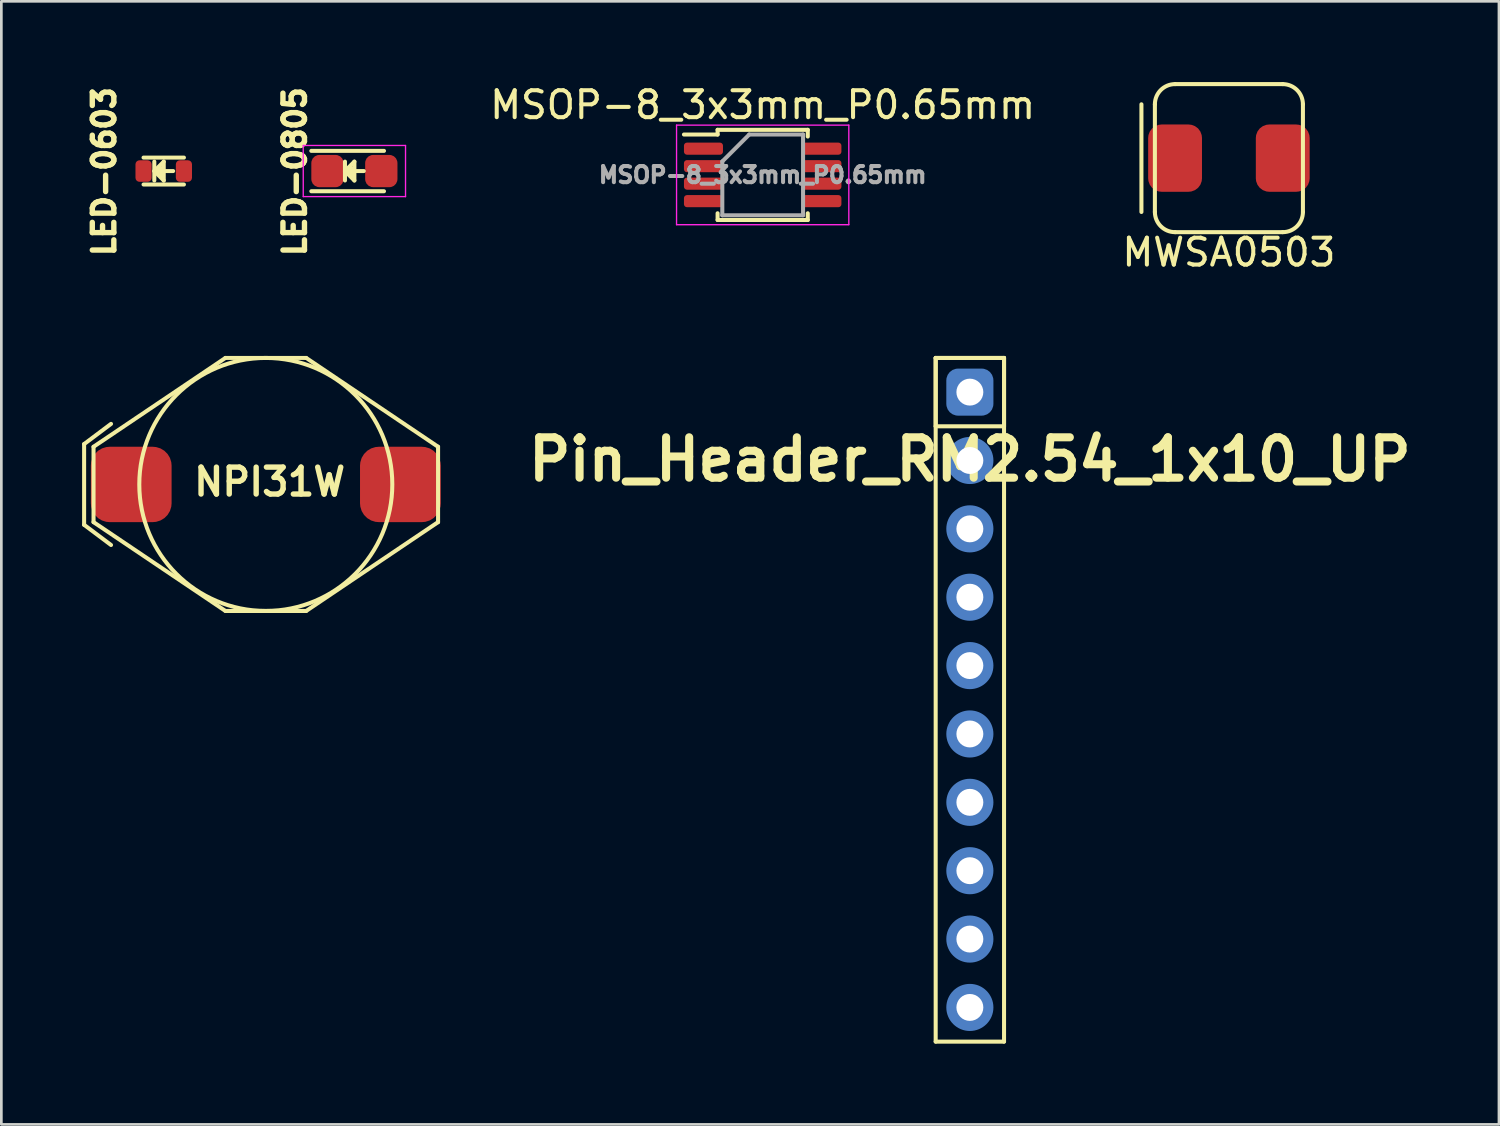
<source format=kicad_pcb>
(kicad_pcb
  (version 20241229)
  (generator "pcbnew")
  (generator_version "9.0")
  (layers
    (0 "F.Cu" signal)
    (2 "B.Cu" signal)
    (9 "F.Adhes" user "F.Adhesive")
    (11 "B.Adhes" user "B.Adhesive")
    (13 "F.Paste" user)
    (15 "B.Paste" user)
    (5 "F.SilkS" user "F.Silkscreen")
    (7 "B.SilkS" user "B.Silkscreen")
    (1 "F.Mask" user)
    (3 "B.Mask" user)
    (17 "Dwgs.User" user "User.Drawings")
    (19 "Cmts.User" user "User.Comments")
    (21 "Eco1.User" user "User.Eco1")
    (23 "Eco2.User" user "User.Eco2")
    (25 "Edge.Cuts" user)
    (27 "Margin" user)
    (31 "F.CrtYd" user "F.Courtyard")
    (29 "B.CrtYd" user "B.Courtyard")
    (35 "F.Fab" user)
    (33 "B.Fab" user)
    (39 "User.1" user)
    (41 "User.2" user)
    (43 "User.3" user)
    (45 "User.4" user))
  (footprint "Pin_Header_RM2.54_1x10_UP"
    (layer "F.Cu")
    (at 32.982 11.518)
    (property "Reference" "Pin_Header_RM2.54_1x10_UP" (at 0 2.5 0) (layer "F.SilkS") (effects (font (size 1.5 1.5) (thickness 0.3))))
    (attr through_hole)
    (fp_line (start -1.27 -1.27) (end 1.27 -1.27) (stroke (width 0.15) (type solid)) (layer "F.SilkS"))
    (fp_line (start -1.27 -1.27) (end 1.27 -1.27) (stroke (width 0.15) (type solid)) (layer "F.SilkS"))
    (fp_line (start -1.27 1.27) (end -1.27 -1.27) (stroke (width 0.15) (type solid)) (layer "F.SilkS"))
    (fp_line (start -1.27 24.13) (end -1.27 -1.27) (stroke (width 0.15) (type solid)) (layer "F.SilkS"))
    (fp_line (start 1.27 -1.27) (end 1.27 1.27) (stroke (width 0.15) (type solid)) (layer "F.SilkS"))
    (fp_line (start 1.27 -1.27) (end 1.27 24.13) (stroke (width 0.15) (type solid)) (layer "F.SilkS"))
    (fp_line (start 1.27 1.27) (end -1.27 1.27) (stroke (width 0.15) (type solid)) (layer "F.SilkS"))
    (fp_line (start 1.27 24.13) (end -1.27 24.13) (stroke (width 0.15) (type solid)) (layer "F.SilkS"))
    (pad "1" thru_hole circle (at 0 0) (size 1.3 1.3) (drill 1) (layers "*.Cu" "*.Mask"))
    (pad "1" smd roundrect (at 0 0) (size 1.75 1.75) (layers "B.Cu" "B.Mask") (roundrect_rratio 0.25))
    (pad "2" thru_hole circle (at 0 2.54) (size 1.3 1.3) (drill 1) (layers "*.Cu" "*.Mask"))
    (pad "2" smd circle (at 0 2.54) (size 1.75 1.75) (layers "B.Cu" "B.Mask"))
    (pad "3" thru_hole circle (at 0 5.08) (size 1.3 1.3) (drill 1) (layers "*.Cu" "*.Mask"))
    (pad "3" smd circle (at 0 5.08) (size 1.75 1.75) (layers "B.Cu" "B.Mask"))
    (pad "4" thru_hole circle (at 0 7.62) (size 1.3 1.3) (drill 1) (layers "*.Cu" "*.Mask"))
    (pad "4" smd circle (at 0 7.62) (size 1.75 1.75) (layers "B.Cu" "B.Mask"))
    (pad "5" thru_hole circle (at 0 10.16) (size 1.3 1.3) (drill 1) (layers "*.Cu" "*.Mask"))
    (pad "5" smd circle (at 0 10.16) (size 1.75 1.75) (layers "B.Cu" "B.Mask"))
    (pad "6" thru_hole circle (at 0 12.7) (size 1.3 1.3) (drill 1) (layers "*.Cu" "*.Mask"))
    (pad "6" smd circle (at 0 12.7) (size 1.75 1.75) (layers "B.Cu" "B.Mask"))
    (pad "7" thru_hole circle (at 0 15.24) (size 1.3 1.3) (drill 1) (layers "*.Cu" "*.Mask"))
    (pad "7" smd circle (at 0 15.24) (size 1.75 1.75) (layers "B.Cu" "B.Mask"))
    (pad "8" thru_hole circle (at 0 17.78) (size 1.3 1.3) (drill 1) (layers "*.Cu" "*.Mask"))
    (pad "8" smd circle (at 0 17.78) (size 1.75 1.75) (layers "B.Cu" "B.Mask"))
    (pad "9" thru_hole circle (at 0 20.32) (size 1.3 1.3) (drill 1) (layers "*.Cu" "*.Mask"))
    (pad "9" smd circle (at 0 20.32) (size 1.75 1.75) (layers "B.Cu" "B.Mask"))
    (pad "10" thru_hole circle (at 0 22.86) (size 1.3 1.3) (drill 1) (layers "*.Cu" "*.Mask"))
    (pad "10" smd circle (at 0 22.86) (size 1.75 1.75) (layers "B.Cu" "B.Mask")))
  (footprint "LED-0603"
    (layer "F.Cu")
    (at 3.033 3.305)
    (property "Reference" "LED-0603" (at -2.214 0.02 90) (layer "F.SilkS") (effects (font (size 0.8 0.8) (thickness 0.2))))
    (attr smd)
    (fp_line (start -0.75 -0.5) (end 0.75 -0.5) (stroke (width 0.15) (type solid)) (layer "F.SilkS"))
    (fp_line (start -0.75 0.5) (end 0.75 0.5) (stroke (width 0.15) (type solid)) (layer "F.SilkS"))
    (fp_line (start -0.35 -0.35) (end -0.35 0.35) (stroke (width 0.15) (type solid)) (layer "F.SilkS"))
    (fp_line (start -0.35 0) (end 0 -0.35) (stroke (width 0.15) (type solid)) (layer "F.SilkS"))
    (fp_line (start -0.1 -0.1) (end -0.25 0.05) (stroke (width 0.15) (type solid)) (layer "F.SilkS"))
    (fp_line (start -0.1 0.15) (end -0.1 -0.1) (stroke (width 0.15) (type solid)) (layer "F.SilkS"))
    (fp_line (start 0 -0.35) (end 0 0.35) (stroke (width 0.15) (type solid)) (layer "F.SilkS"))
    (fp_line (start 0 0) (end 0.35 0) (stroke (width 0.15) (type solid)) (layer "F.SilkS"))
    (fp_line (start 0 0.35) (end -0.35 0) (stroke (width 0.15) (type solid)) (layer "F.SilkS"))
    (pad "1" smd roundrect (at -0.75 0 180) (size 0.6 0.8) (layers "F.Cu" "F.Mask" "F.Paste") (roundrect_rratio 0.25))
    (pad "2" smd roundrect (at 0.75 0 180) (size 0.6 0.8) (layers "F.Cu" "F.Mask" "F.Paste") (roundrect_rratio 0.25)))
  (footprint "MSOP-8_3x3mm_P0.65mm"
    (layer "F.Cu")
    (at 25.285 3.448)
    (property "Reference" "MSOP-8_3x3mm_P0.65mm" (at 0 -2.6 0) (layer "F.SilkS") (effects (font (size 1 1) (thickness 0.15))))
    (attr smd)
    (fp_line (start -1.675 -1.675) (end -1.675 -1.5) (stroke (width 0.15) (type solid)) (layer "F.SilkS"))
    (fp_line (start -1.675 -1.675) (end 1.675 -1.675) (stroke (width 0.15) (type solid)) (layer "F.SilkS"))
    (fp_line (start -1.675 -1.5) (end -2.925 -1.5) (stroke (width 0.15) (type solid)) (layer "F.SilkS"))
    (fp_line (start -1.675 1.675) (end -1.675 1.425) (stroke (width 0.15) (type solid)) (layer "F.SilkS"))
    (fp_line (start -1.675 1.675) (end 1.675 1.675) (stroke (width 0.15) (type solid)) (layer "F.SilkS"))
    (fp_line (start 1.675 -1.675) (end 1.675 -1.425) (stroke (width 0.15) (type solid)) (layer "F.SilkS"))
    (fp_line (start 1.675 1.675) (end 1.675 1.425) (stroke (width 0.15) (type solid)) (layer "F.SilkS"))
    (fp_line (start -3.2 -1.85) (end -3.2 1.85) (stroke (width 0.05) (type solid)) (layer "F.CrtYd"))
    (fp_line (start -3.2 -1.85) (end 3.2 -1.85) (stroke (width 0.05) (type solid)) (layer "F.CrtYd"))
    (fp_line (start -3.2 1.85) (end 3.2 1.85) (stroke (width 0.05) (type solid)) (layer "F.CrtYd"))
    (fp_line (start 3.2 -1.85) (end 3.2 1.85) (stroke (width 0.05) (type solid)) (layer "F.CrtYd"))
    (fp_line (start -1.5 -0.5) (end -0.5 -1.5) (stroke (width 0.15) (type solid)) (layer "F.Fab"))
    (fp_line (start -1.5 1.5) (end -1.5 -0.5) (stroke (width 0.15) (type solid)) (layer "F.Fab"))
    (fp_line (start -0.5 -1.5) (end 1.5 -1.5) (stroke (width 0.15) (type solid)) (layer "F.Fab"))
    (fp_line (start 1.5 -1.5) (end 1.5 1.5) (stroke (width 0.15) (type solid)) (layer "F.Fab"))
    (fp_line (start 1.5 1.5) (end -1.5 1.5) (stroke (width 0.15) (type solid)) (layer "F.Fab"))
    (fp_text user "${REFERENCE}" (at 0 0 0) (layer "F.Fab") (effects (font (size 0.6 0.6) (thickness 0.15))))
    (pad "1" smd roundrect (at -2.2 -0.975) (size 1.45 0.45) (layers "F.Cu" "F.Mask" "F.Paste") (roundrect_rratio 0.25))
    (pad "2" smd roundrect (at -2.2 -0.325) (size 1.45 0.45) (layers "F.Cu" "F.Mask" "F.Paste") (roundrect_rratio 0.25))
    (pad "3" smd roundrect (at -2.2 0.325) (size 1.45 0.45) (layers "F.Cu" "F.Mask" "F.Paste") (roundrect_rratio 0.25))
    (pad "4" smd roundrect (at -2.2 0.975) (size 1.45 0.45) (layers "F.Cu" "F.Mask" "F.Paste") (roundrect_rratio 0.25))
    (pad "5" smd roundrect (at 2.2 0.975) (size 1.45 0.45) (layers "F.Cu" "F.Mask" "F.Paste") (roundrect_rratio 0.25))
    (pad "6" smd roundrect (at 2.2 0.325) (size 1.45 0.45) (layers "F.Cu" "F.Mask" "F.Paste") (roundrect_rratio 0.25))
    (pad "7" smd roundrect (at 2.2 -0.325) (size 1.45 0.45) (layers "F.Cu" "F.Mask" "F.Paste") (roundrect_rratio 0.25))
    (pad "8" smd roundrect (at 2.2 -0.975) (size 1.45 0.45) (layers "F.Cu" "F.Mask" "F.Paste") (roundrect_rratio 0.25)))
  (footprint "MWSA0503"
    (layer "F.Cu")
    (at 42.606 2.825)
    (property "Reference" "MWSA0503" (at 0 3.5 0) (layer "F.SilkS") (effects (font (size 1 1) (thickness 0.15))))
    (attr through_hole)
    (fp_line (start -3.25 -2) (end -3.25 2) (stroke (width 0.15) (type solid)) (layer "F.SilkS"))
    (fp_line (start -2.75 2) (end -2.75 -2) (stroke (width 0.15) (type solid)) (layer "F.SilkS"))
    (fp_line (start -2 -2.75) (end 2 -2.75) (stroke (width 0.15) (type solid)) (layer "F.SilkS"))
    (fp_line (start 2 2.75) (end -2 2.75) (stroke (width 0.15) (type solid)) (layer "F.SilkS"))
    (fp_line (start 2.75 -2) (end 2.75 2) (stroke (width 0.15) (type solid)) (layer "F.SilkS"))
    (fp_arc (start -2.75 -2) (mid -2.53033 -2.53033) (end -2 -2.75) (stroke (width 0.15) (type solid)) (layer "F.SilkS"))
    (fp_arc (start -2 2.75) (mid -2.53033 2.53033) (end -2.75 2) (stroke (width 0.15) (type solid)) (layer "F.SilkS"))
    (fp_arc (start 2 -2.75) (mid 2.53033 -2.53033) (end 2.75 -2) (stroke (width 0.15) (type solid)) (layer "F.SilkS"))
    (fp_arc (start 2.75 2) (mid 2.53033 2.53033) (end 2 2.75) (stroke (width 0.15) (type solid)) (layer "F.SilkS"))
    (pad "1" smd roundrect (at -2 0) (size 2 2.5) (layers "F.Cu" "F.Mask" "F.Paste") (roundrect_rratio 0.25))
    (pad "2" smd roundrect (at 2 0) (size 2 2.5) (layers "F.Cu" "F.Mask" "F.Paste") (roundrect_rratio 0.25)))
  (footprint "NPI31W"
    (layer "F.Cu")
    (at 6.825 14.948)
    (property "Reference" "NPI31W" (at 0.142 -0.096 0) (layer "F.SilkS") (effects (font (size 1 1) (thickness 0.2))))
    (attr smd)
    (fp_line (start -6.75 -1.5) (end -6.75 1.5) (stroke (width 0.15) (type solid)) (layer "F.SilkS"))
    (fp_line (start -6.75 1.5) (end -5.75 2.25) (stroke (width 0.15) (type solid)) (layer "F.SilkS"))
    (fp_line (start -6.4 -1.4) (end -6.4 1.4) (stroke (width 0.15) (type solid)) (layer "F.SilkS"))
    (fp_line (start -6.4 1.4) (end -1.5 4.7) (stroke (width 0.15) (type solid)) (layer "F.SilkS"))
    (fp_line (start -5.75 -2.25) (end -6.75 -1.5) (stroke (width 0.15) (type solid)) (layer "F.SilkS"))
    (fp_line (start -1.5 -4.7) (end -6.4 -1.4) (stroke (width 0.15) (type solid)) (layer "F.SilkS"))
    (fp_line (start -1.5 4.7) (end 1.5 4.7) (stroke (width 0.15) (type solid)) (layer "F.SilkS"))
    (fp_line (start 1.5 -4.7) (end -1.5 -4.7) (stroke (width 0.15) (type solid)) (layer "F.SilkS"))
    (fp_line (start 1.5 4.7) (end 6.4 1.4) (stroke (width 0.15) (type solid)) (layer "F.SilkS"))
    (fp_line (start 6.4 -1.4) (end 1.5 -4.7) (stroke (width 0.15) (type solid)) (layer "F.SilkS"))
    (fp_line (start 6.4 1.4) (end 6.4 -1.4) (stroke (width 0.15) (type solid)) (layer "F.SilkS"))
    (fp_circle (center 0 0) (end -4.7 0) (stroke (width 0.15) (type solid)) (fill no) (layer "F.SilkS"))
    (pad "1" smd roundrect (at -5 0) (size 3 2.8) (layers "F.Cu" "F.Mask" "F.Paste") (roundrect_rratio 0.25))
    (pad "2" smd roundrect (at 5 0) (size 3 2.8) (layers "F.Cu" "F.Mask" "F.Paste") (roundrect_rratio 0.25)))
  (footprint "LED-0805"
    (layer "F.Cu")
    (at 10.116 3.305)
    (property "Reference" "LED-0805" (at -2.214 0.02 90) (layer "F.SilkS") (effects (font (size 0.8 0.8) (thickness 0.2))))
    (attr smd)
    (fp_line (start -1.6 -0.75) (end 1.1 -0.75) (stroke (width 0.15) (type solid)) (layer "F.SilkS"))
    (fp_line (start -1.6 0.75) (end 1.1 0.75) (stroke (width 0.15) (type solid)) (layer "F.SilkS"))
    (fp_line (start -0.35 -0.35) (end -0.35 0.35) (stroke (width 0.15) (type solid)) (layer "F.SilkS"))
    (fp_line (start -0.35 0) (end 0 -0.35) (stroke (width 0.15) (type solid)) (layer "F.SilkS"))
    (fp_line (start -0.1 -0.1) (end -0.25 0.05) (stroke (width 0.15) (type solid)) (layer "F.SilkS"))
    (fp_line (start -0.1 0.15) (end -0.1 -0.1) (stroke (width 0.15) (type solid)) (layer "F.SilkS"))
    (fp_line (start 0 -0.35) (end 0 0.35) (stroke (width 0.15) (type solid)) (layer "F.SilkS"))
    (fp_line (start 0 0) (end 0.35 0) (stroke (width 0.15) (type solid)) (layer "F.SilkS"))
    (fp_line (start 0 0.35) (end -0.35 0) (stroke (width 0.15) (type solid)) (layer "F.SilkS"))
    (fp_line (start -1.9 -0.95) (end 1.9 -0.95) (stroke (width 0.05) (type solid)) (layer "F.CrtYd"))
    (fp_line (start -1.9 0.95) (end -1.9 -0.95) (stroke (width 0.05) (type solid)) (layer "F.CrtYd"))
    (fp_line (start 1.9 -0.95) (end 1.9 0.95) (stroke (width 0.05) (type solid)) (layer "F.CrtYd"))
    (fp_line (start 1.9 0.95) (end -1.9 0.95) (stroke (width 0.05) (type solid)) (layer "F.CrtYd"))
    (pad "1" smd roundrect (at -1 0 180) (size 1.2 1.2) (layers "F.Cu" "F.Mask" "F.Paste") (roundrect_rratio 0.25))
    (pad "2" smd roundrect (at 1 0 180) (size 1.2 1.2) (layers "F.Cu" "F.Mask" "F.Paste") (roundrect_rratio 0.25)))
  (gr_rect
    (start -3 -3)
    (end 52.639 38.723)
    (stroke (width 0.1) (type default))
    (fill no)
    (layer "Edge.Cuts")))
</source>
